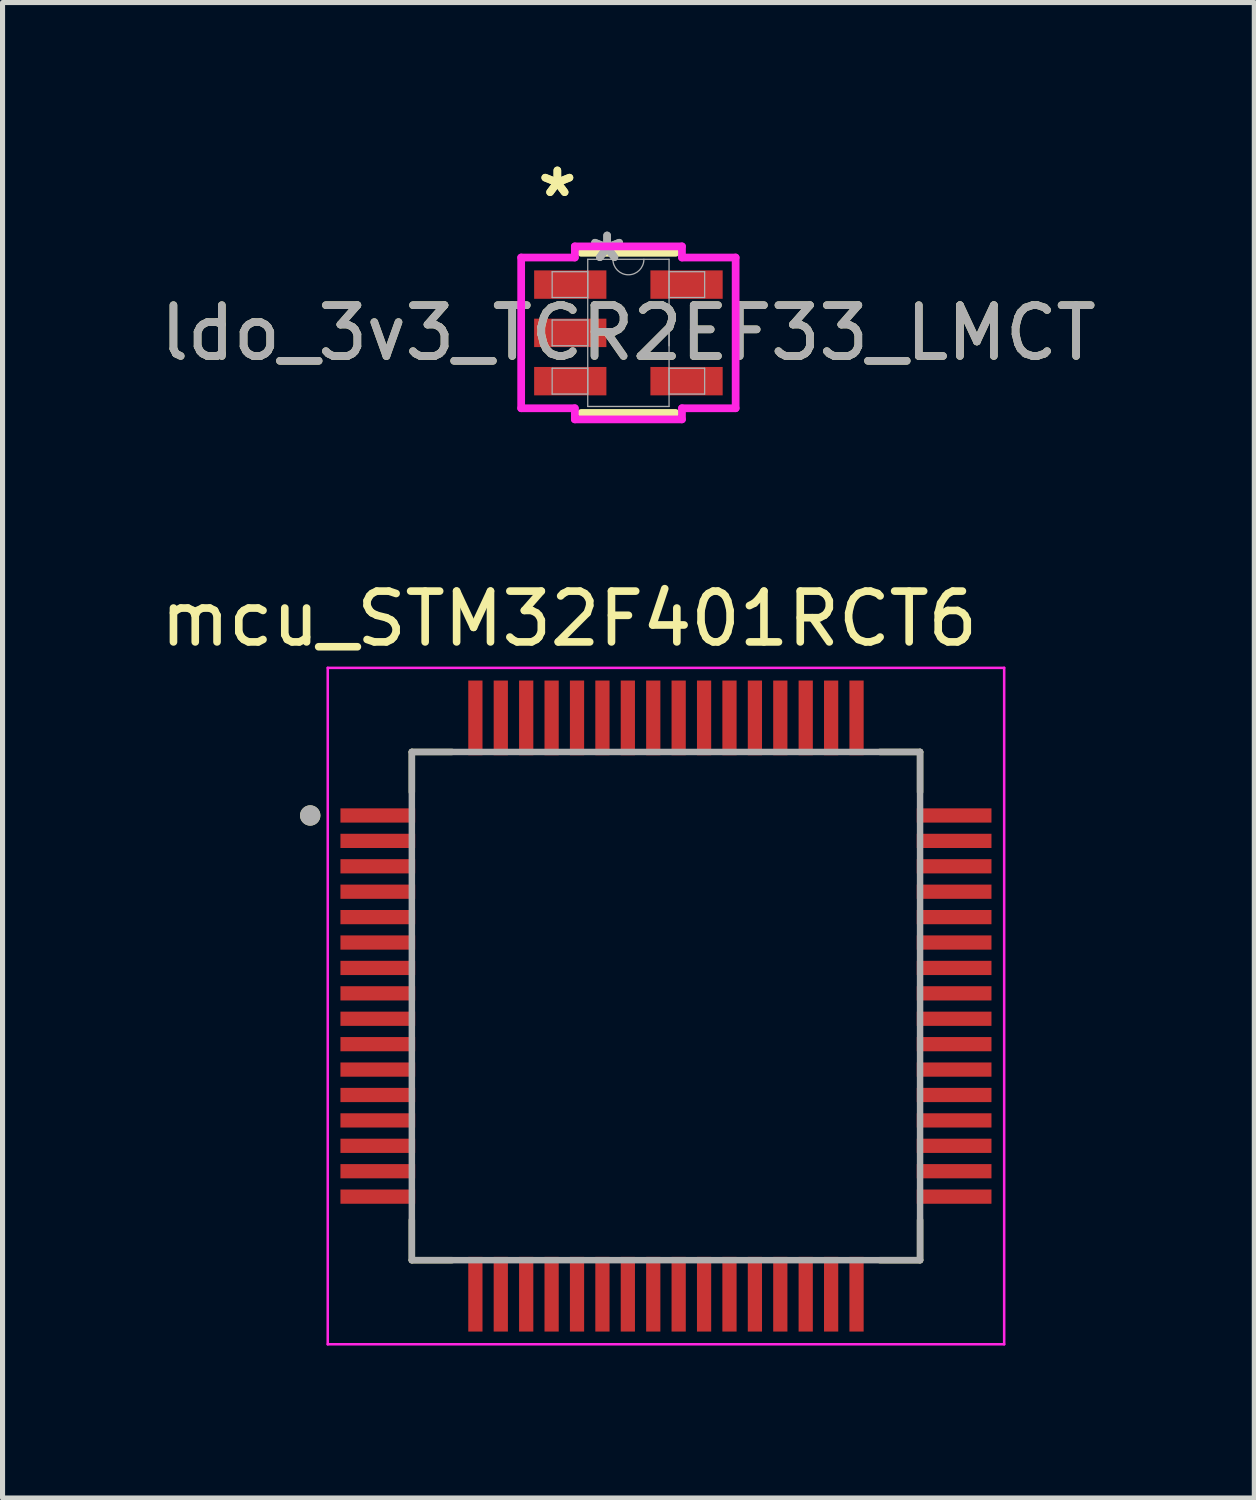
<source format=kicad_pcb>
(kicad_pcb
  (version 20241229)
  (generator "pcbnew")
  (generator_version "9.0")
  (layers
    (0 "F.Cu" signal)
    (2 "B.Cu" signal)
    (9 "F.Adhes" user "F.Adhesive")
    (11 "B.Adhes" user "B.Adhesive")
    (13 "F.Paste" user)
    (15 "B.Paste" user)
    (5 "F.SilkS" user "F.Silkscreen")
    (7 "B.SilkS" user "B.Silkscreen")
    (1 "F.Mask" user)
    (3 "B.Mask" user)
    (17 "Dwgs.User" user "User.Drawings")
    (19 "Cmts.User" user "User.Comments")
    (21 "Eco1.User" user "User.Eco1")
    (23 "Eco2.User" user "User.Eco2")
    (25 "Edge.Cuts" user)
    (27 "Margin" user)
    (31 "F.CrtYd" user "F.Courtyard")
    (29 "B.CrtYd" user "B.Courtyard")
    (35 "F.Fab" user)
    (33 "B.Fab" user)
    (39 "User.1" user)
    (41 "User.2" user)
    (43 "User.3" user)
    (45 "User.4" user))
  (footprint "mcu_STM32F401RCT6"
    (layer "F.Cu")
    (at 10.054 16.746)
    (property "Reference" "mcu_STM32F401RCT6" (at -1.905 -7.62 0) (layer "F.SilkS") (effects (font (size 1 1) (thickness 0.15))))
    (attr smd)
    (fp_line (start -5 -5) (end -5 -4.21) (stroke (width 0.127) (type solid)) (layer "F.SilkS"))
    (fp_line (start -5 -5) (end -4.21 -5) (stroke (width 0.127) (type solid)) (layer "F.SilkS"))
    (fp_line (start -5 5) (end -5 4.21) (stroke (width 0.127) (type solid)) (layer "F.SilkS"))
    (fp_line (start -5 5) (end -4.21 5) (stroke (width 0.127) (type solid)) (layer "F.SilkS"))
    (fp_line (start 5 -5) (end 4.21 -5) (stroke (width 0.127) (type solid)) (layer "F.SilkS"))
    (fp_line (start 5 -5) (end 5 -4.21) (stroke (width 0.127) (type solid)) (layer "F.SilkS"))
    (fp_line (start 5 5) (end 4.21 5) (stroke (width 0.127) (type solid)) (layer "F.SilkS"))
    (fp_line (start 5 5) (end 5 4.21) (stroke (width 0.127) (type solid)) (layer "F.SilkS"))
    (fp_circle (center -7 -3.75) (end -6.9 -3.75) (stroke (width 0.2) (type solid)) (fill no) (layer "F.SilkS"))
    (fp_line (start -6.655 -6.655) (end 6.655 -6.655) (stroke (width 0.05) (type solid)) (layer "F.CrtYd"))
    (fp_line (start -6.655 6.655) (end -6.655 -6.655) (stroke (width 0.05) (type solid)) (layer "F.CrtYd"))
    (fp_line (start 6.655 -6.655) (end 6.655 6.655) (stroke (width 0.05) (type solid)) (layer "F.CrtYd"))
    (fp_line (start 6.655 6.655) (end -6.655 6.655) (stroke (width 0.05) (type solid)) (layer "F.CrtYd"))
    (fp_line (start -5 -5) (end -5 5) (stroke (width 0.127) (type solid)) (layer "F.Fab"))
    (fp_line (start -5 5) (end 5 5) (stroke (width 0.127) (type solid)) (layer "F.Fab"))
    (fp_line (start 5 -5) (end -5 -5) (stroke (width 0.127) (type solid)) (layer "F.Fab"))
    (fp_line (start 5 5) (end 5 -5) (stroke (width 0.127) (type solid)) (layer "F.Fab"))
    (fp_circle (center -7 -3.75) (end -6.9 -3.75) (stroke (width 0.2) (type solid)) (fill no) (layer "F.Fab"))
    (pad "1" smd rect (at -5.67 -3.75) (size 1.47 0.28) (layers "F.Cu" "F.Mask" "F.Paste"))
    (pad "2" smd rect (at -5.67 -3.25) (size 1.47 0.28) (layers "F.Cu" "F.Mask" "F.Paste"))
    (pad "3" smd rect (at -5.67 -2.75) (size 1.47 0.28) (layers "F.Cu" "F.Mask" "F.Paste"))
    (pad "4" smd rect (at -5.67 -2.25) (size 1.47 0.28) (layers "F.Cu" "F.Mask" "F.Paste"))
    (pad "5" smd rect (at -5.67 -1.75) (size 1.47 0.28) (layers "F.Cu" "F.Mask" "F.Paste"))
    (pad "6" smd rect (at -5.67 -1.25) (size 1.47 0.28) (layers "F.Cu" "F.Mask" "F.Paste"))
    (pad "7" smd rect (at -5.67 -0.75) (size 1.47 0.28) (layers "F.Cu" "F.Mask" "F.Paste"))
    (pad "8" smd rect (at -5.67 -0.25) (size 1.47 0.28) (layers "F.Cu" "F.Mask" "F.Paste"))
    (pad "9" smd rect (at -5.67 0.25) (size 1.47 0.28) (layers "F.Cu" "F.Mask" "F.Paste"))
    (pad "10" smd rect (at -5.67 0.75) (size 1.47 0.28) (layers "F.Cu" "F.Mask" "F.Paste"))
    (pad "11" smd rect (at -5.67 1.25) (size 1.47 0.28) (layers "F.Cu" "F.Mask" "F.Paste"))
    (pad "12" smd rect (at -5.67 1.75) (size 1.47 0.28) (layers "F.Cu" "F.Mask" "F.Paste"))
    (pad "13" smd rect (at -5.67 2.25) (size 1.47 0.28) (layers "F.Cu" "F.Mask" "F.Paste"))
    (pad "14" smd rect (at -5.67 2.75) (size 1.47 0.28) (layers "F.Cu" "F.Mask" "F.Paste"))
    (pad "15" smd rect (at -5.67 3.25) (size 1.47 0.28) (layers "F.Cu" "F.Mask" "F.Paste"))
    (pad "16" smd rect (at -5.67 3.75) (size 1.47 0.28) (layers "F.Cu" "F.Mask" "F.Paste"))
    (pad "17" smd rect (at -3.75 5.67) (size 0.28 1.47) (layers "F.Cu" "F.Mask" "F.Paste"))
    (pad "18" smd rect (at -3.25 5.67) (size 0.28 1.47) (layers "F.Cu" "F.Mask" "F.Paste"))
    (pad "19" smd rect (at -2.75 5.67) (size 0.28 1.47) (layers "F.Cu" "F.Mask" "F.Paste"))
    (pad "20" smd rect (at -2.25 5.67) (size 0.28 1.47) (layers "F.Cu" "F.Mask" "F.Paste"))
    (pad "21" smd rect (at -1.75 5.67) (size 0.28 1.47) (layers "F.Cu" "F.Mask" "F.Paste"))
    (pad "22" smd rect (at -1.25 5.67) (size 0.28 1.47) (layers "F.Cu" "F.Mask" "F.Paste"))
    (pad "23" smd rect (at -0.75 5.67) (size 0.28 1.47) (layers "F.Cu" "F.Mask" "F.Paste"))
    (pad "24" smd rect (at -0.25 5.67) (size 0.28 1.47) (layers "F.Cu" "F.Mask" "F.Paste"))
    (pad "25" smd rect (at 0.25 5.67) (size 0.28 1.47) (layers "F.Cu" "F.Mask" "F.Paste"))
    (pad "26" smd rect (at 0.75 5.67) (size 0.28 1.47) (layers "F.Cu" "F.Mask" "F.Paste"))
    (pad "27" smd rect (at 1.25 5.67) (size 0.28 1.47) (layers "F.Cu" "F.Mask" "F.Paste"))
    (pad "28" smd rect (at 1.75 5.67) (size 0.28 1.47) (layers "F.Cu" "F.Mask" "F.Paste"))
    (pad "29" smd rect (at 2.25 5.67) (size 0.28 1.47) (layers "F.Cu" "F.Mask" "F.Paste"))
    (pad "30" smd rect (at 2.75 5.67) (size 0.28 1.47) (layers "F.Cu" "F.Mask" "F.Paste"))
    (pad "31" smd rect (at 3.25 5.67) (size 0.28 1.47) (layers "F.Cu" "F.Mask" "F.Paste"))
    (pad "32" smd rect (at 3.75 5.67) (size 0.28 1.47) (layers "F.Cu" "F.Mask" "F.Paste"))
    (pad "33" smd rect (at 5.67 3.75) (size 1.47 0.28) (layers "F.Cu" "F.Mask" "F.Paste"))
    (pad "34" smd rect (at 5.67 3.25) (size 1.47 0.28) (layers "F.Cu" "F.Mask" "F.Paste"))
    (pad "35" smd rect (at 5.67 2.75) (size 1.47 0.28) (layers "F.Cu" "F.Mask" "F.Paste"))
    (pad "36" smd rect (at 5.67 2.25) (size 1.47 0.28) (layers "F.Cu" "F.Mask" "F.Paste"))
    (pad "37" smd rect (at 5.67 1.75) (size 1.47 0.28) (layers "F.Cu" "F.Mask" "F.Paste"))
    (pad "38" smd rect (at 5.67 1.25) (size 1.47 0.28) (layers "F.Cu" "F.Mask" "F.Paste"))
    (pad "39" smd rect (at 5.67 0.75) (size 1.47 0.28) (layers "F.Cu" "F.Mask" "F.Paste"))
    (pad "40" smd rect (at 5.67 0.25) (size 1.47 0.28) (layers "F.Cu" "F.Mask" "F.Paste"))
    (pad "41" smd rect (at 5.67 -0.25) (size 1.47 0.28) (layers "F.Cu" "F.Mask" "F.Paste"))
    (pad "42" smd rect (at 5.67 -0.75) (size 1.47 0.28) (layers "F.Cu" "F.Mask" "F.Paste"))
    (pad "43" smd rect (at 5.67 -1.25) (size 1.47 0.28) (layers "F.Cu" "F.Mask" "F.Paste"))
    (pad "44" smd rect (at 5.67 -1.75) (size 1.47 0.28) (layers "F.Cu" "F.Mask" "F.Paste"))
    (pad "45" smd rect (at 5.67 -2.25) (size 1.47 0.28) (layers "F.Cu" "F.Mask" "F.Paste"))
    (pad "46" smd rect (at 5.67 -2.75) (size 1.47 0.28) (layers "F.Cu" "F.Mask" "F.Paste"))
    (pad "47" smd rect (at 5.67 -3.25) (size 1.47 0.28) (layers "F.Cu" "F.Mask" "F.Paste"))
    (pad "48" smd rect (at 5.67 -3.75) (size 1.47 0.28) (layers "F.Cu" "F.Mask" "F.Paste"))
    (pad "49" smd rect (at 3.75 -5.67) (size 0.28 1.47) (layers "F.Cu" "F.Mask" "F.Paste"))
    (pad "50" smd rect (at 3.25 -5.67) (size 0.28 1.47) (layers "F.Cu" "F.Mask" "F.Paste"))
    (pad "51" smd rect (at 2.75 -5.67) (size 0.28 1.47) (layers "F.Cu" "F.Mask" "F.Paste"))
    (pad "52" smd rect (at 2.25 -5.67) (size 0.28 1.47) (layers "F.Cu" "F.Mask" "F.Paste"))
    (pad "53" smd rect (at 1.75 -5.67) (size 0.28 1.47) (layers "F.Cu" "F.Mask" "F.Paste"))
    (pad "54" smd rect (at 1.25 -5.67) (size 0.28 1.47) (layers "F.Cu" "F.Mask" "F.Paste"))
    (pad "55" smd rect (at 0.75 -5.67) (size 0.28 1.47) (layers "F.Cu" "F.Mask" "F.Paste"))
    (pad "56" smd rect (at 0.25 -5.67) (size 0.28 1.47) (layers "F.Cu" "F.Mask" "F.Paste"))
    (pad "57" smd rect (at -0.25 -5.67) (size 0.28 1.47) (layers "F.Cu" "F.Mask" "F.Paste"))
    (pad "58" smd rect (at -0.75 -5.67) (size 0.28 1.47) (layers "F.Cu" "F.Mask" "F.Paste"))
    (pad "59" smd rect (at -1.25 -5.67) (size 0.28 1.47) (layers "F.Cu" "F.Mask" "F.Paste"))
    (pad "60" smd rect (at -1.75 -5.67) (size 0.28 1.47) (layers "F.Cu" "F.Mask" "F.Paste"))
    (pad "61" smd rect (at -2.25 -5.67) (size 0.28 1.47) (layers "F.Cu" "F.Mask" "F.Paste"))
    (pad "62" smd rect (at -2.75 -5.67) (size 0.28 1.47) (layers "F.Cu" "F.Mask" "F.Paste"))
    (pad "63" smd rect (at -3.25 -5.67) (size 0.28 1.47) (layers "F.Cu" "F.Mask" "F.Paste"))
    (pad "64" smd rect (at -3.75 -5.67) (size 0.28 1.47) (layers "F.Cu" "F.Mask" "F.Paste")))
  (footprint "ldo_3v3_TCR2EF33_LMCT"
    (layer "F.Cu")
    (at 9.315 3.5)
    (property "Reference" "ldo_3v3_TCR2EF33_LMCT" (at 0 0 0) (unlocked yes) (layer "F.SilkS") (effects (font (size 1 1) (thickness 0.15))))
    (attr smd)
    (fp_line (start -0.927 1.575) (end 0.927 1.575) (stroke (width 0.152) (type solid)) (layer "F.SilkS"))
    (fp_line (start 0.927 -1.575) (end -0.927 -1.575) (stroke (width 0.152) (type solid)) (layer "F.SilkS"))
    (fp_line (start -2.11 -1.483) (end -1.054 -1.483) (stroke (width 0.152) (type solid)) (layer "F.CrtYd"))
    (fp_line (start -2.11 1.483) (end -2.11 -1.483) (stroke (width 0.152) (type solid)) (layer "F.CrtYd"))
    (fp_line (start -2.11 1.483) (end -1.054 1.483) (stroke (width 0.152) (type solid)) (layer "F.CrtYd"))
    (fp_line (start -1.054 -1.702) (end 1.054 -1.702) (stroke (width 0.152) (type solid)) (layer "F.CrtYd"))
    (fp_line (start -1.054 -1.483) (end -1.054 -1.702) (stroke (width 0.152) (type solid)) (layer "F.CrtYd"))
    (fp_line (start -1.054 1.702) (end -1.054 1.483) (stroke (width 0.152) (type solid)) (layer "F.CrtYd"))
    (fp_line (start 1.054 -1.702) (end 1.054 -1.483) (stroke (width 0.152) (type solid)) (layer "F.CrtYd"))
    (fp_line (start 1.054 1.483) (end 1.054 1.702) (stroke (width 0.152) (type solid)) (layer "F.CrtYd"))
    (fp_line (start 1.054 1.702) (end -1.054 1.702) (stroke (width 0.152) (type solid)) (layer "F.CrtYd"))
    (fp_line (start 2.11 -1.483) (end 1.054 -1.483) (stroke (width 0.152) (type solid)) (layer "F.CrtYd"))
    (fp_line (start 2.11 -1.483) (end 2.11 1.483) (stroke (width 0.152) (type solid)) (layer "F.CrtYd"))
    (fp_line (start 2.11 1.483) (end 1.054 1.483) (stroke (width 0.152) (type solid)) (layer "F.CrtYd"))
    (fp_line (start -1.5 -1.204) (end -1.5 -0.696) (stroke (width 0.025) (type solid)) (layer "F.Fab"))
    (fp_line (start -1.5 -0.696) (end -0.8 -0.696) (stroke (width 0.025) (type solid)) (layer "F.Fab"))
    (fp_line (start -1.5 -0.254) (end -1.5 0.254) (stroke (width 0.025) (type solid)) (layer "F.Fab"))
    (fp_line (start -1.5 0.254) (end -0.8 0.254) (stroke (width 0.025) (type solid)) (layer "F.Fab"))
    (fp_line (start -1.5 0.696) (end -1.5 1.204) (stroke (width 0.025) (type solid)) (layer "F.Fab"))
    (fp_line (start -1.5 1.204) (end -0.8 1.204) (stroke (width 0.025) (type solid)) (layer "F.Fab"))
    (fp_line (start -0.8 -1.448) (end -0.8 1.448) (stroke (width 0.025) (type solid)) (layer "F.Fab"))
    (fp_line (start -0.8 -1.204) (end -1.5 -1.204) (stroke (width 0.025) (type solid)) (layer "F.Fab"))
    (fp_line (start -0.8 -0.696) (end -0.8 -1.204) (stroke (width 0.025) (type solid)) (layer "F.Fab"))
    (fp_line (start -0.8 -0.254) (end -1.5 -0.254) (stroke (width 0.025) (type solid)) (layer "F.Fab"))
    (fp_line (start -0.8 0.254) (end -0.8 -0.254) (stroke (width 0.025) (type solid)) (layer "F.Fab"))
    (fp_line (start -0.8 0.696) (end -1.5 0.696) (stroke (width 0.025) (type solid)) (layer "F.Fab"))
    (fp_line (start -0.8 1.204) (end -0.8 0.696) (stroke (width 0.025) (type solid)) (layer "F.Fab"))
    (fp_line (start -0.8 1.448) (end 0.8 1.448) (stroke (width 0.025) (type solid)) (layer "F.Fab"))
    (fp_line (start 0.8 -1.448) (end -0.8 -1.448) (stroke (width 0.025) (type solid)) (layer "F.Fab"))
    (fp_line (start 0.8 -1.204) (end 0.8 -0.696) (stroke (width 0.025) (type solid)) (layer "F.Fab"))
    (fp_line (start 0.8 -0.696) (end 1.5 -0.696) (stroke (width 0.025) (type solid)) (layer "F.Fab"))
    (fp_line (start 0.8 -0.254) (end 0.8 0.254) (stroke (width 0.025) (type solid)) (layer "F.Fab"))
    (fp_line (start 0.8 0.696) (end 0.8 1.204) (stroke (width 0.025) (type solid)) (layer "F.Fab"))
    (fp_line (start 0.8 1.204) (end 1.5 1.204) (stroke (width 0.025) (type solid)) (layer "F.Fab"))
    (fp_line (start 0.8 1.448) (end 0.8 -1.448) (stroke (width 0.025) (type solid)) (layer "F.Fab"))
    (fp_line (start 1.5 -1.204) (end 0.8 -1.204) (stroke (width 0.025) (type solid)) (layer "F.Fab"))
    (fp_line (start 1.5 -0.696) (end 1.5 -1.204) (stroke (width 0.025) (type solid)) (layer "F.Fab"))
    (fp_line (start 1.5 0.696) (end 0.8 0.696) (stroke (width 0.025) (type solid)) (layer "F.Fab"))
    (fp_line (start 1.5 1.204) (end 1.5 0.696) (stroke (width 0.025) (type solid)) (layer "F.Fab"))
    (fp_arc (start 0.3048 -1.4478) (mid 0 -1.143) (end -0.3048 -1.4478) (stroke (width 0.0254) (type solid)) (layer "F.Fab"))
    (fp_text user "*" (at -1.398 -2.652 0) (layer "F.SilkS") (effects (font (size 1 1) (thickness 0.15))))
    (fp_text user "*" (at -1.398 -2.652 0) (unlocked yes) (layer "F.SilkS") (effects (font (size 1 1) (thickness 0.15))))
    (fp_text user "*" (at -0.419 -1.372 0) (layer "F.Fab") (effects (font (size 1 1) (thickness 0.15))))
    (fp_text user "${REFERENCE}" (at 0 0 0) (unlocked yes) (layer "F.Fab") (effects (font (size 1 1) (thickness 0.15))))
    (fp_text user "*" (at -0.419 -1.372 0) (unlocked yes) (layer "F.Fab") (effects (font (size 1 1) (thickness 0.15))))
    (pad "1" smd rect (at -1.144 -0.95) (size 1.422 0.559) (layers "F.Cu" "F.Mask" "F.Paste"))
    (pad "2" smd rect (at -1.144 0) (size 1.422 0.559) (layers "F.Cu" "F.Mask" "F.Paste"))
    (pad "3" smd rect (at -1.144 0.95) (size 1.422 0.559) (layers "F.Cu" "F.Mask" "F.Paste"))
    (pad "4" smd rect (at 1.144 0.95) (size 1.422 0.559) (layers "F.Cu" "F.Mask" "F.Paste"))
    (pad "5" smd rect (at 1.144 -0.95) (size 1.422 0.559) (layers "F.Cu" "F.Mask" "F.Paste")))
  (gr_rect
    (start -3 -3)
    (end 21.631 26.426)
    (stroke (width 0.1) (type default))
    (fill no)
    (layer "Edge.Cuts")))
</source>
